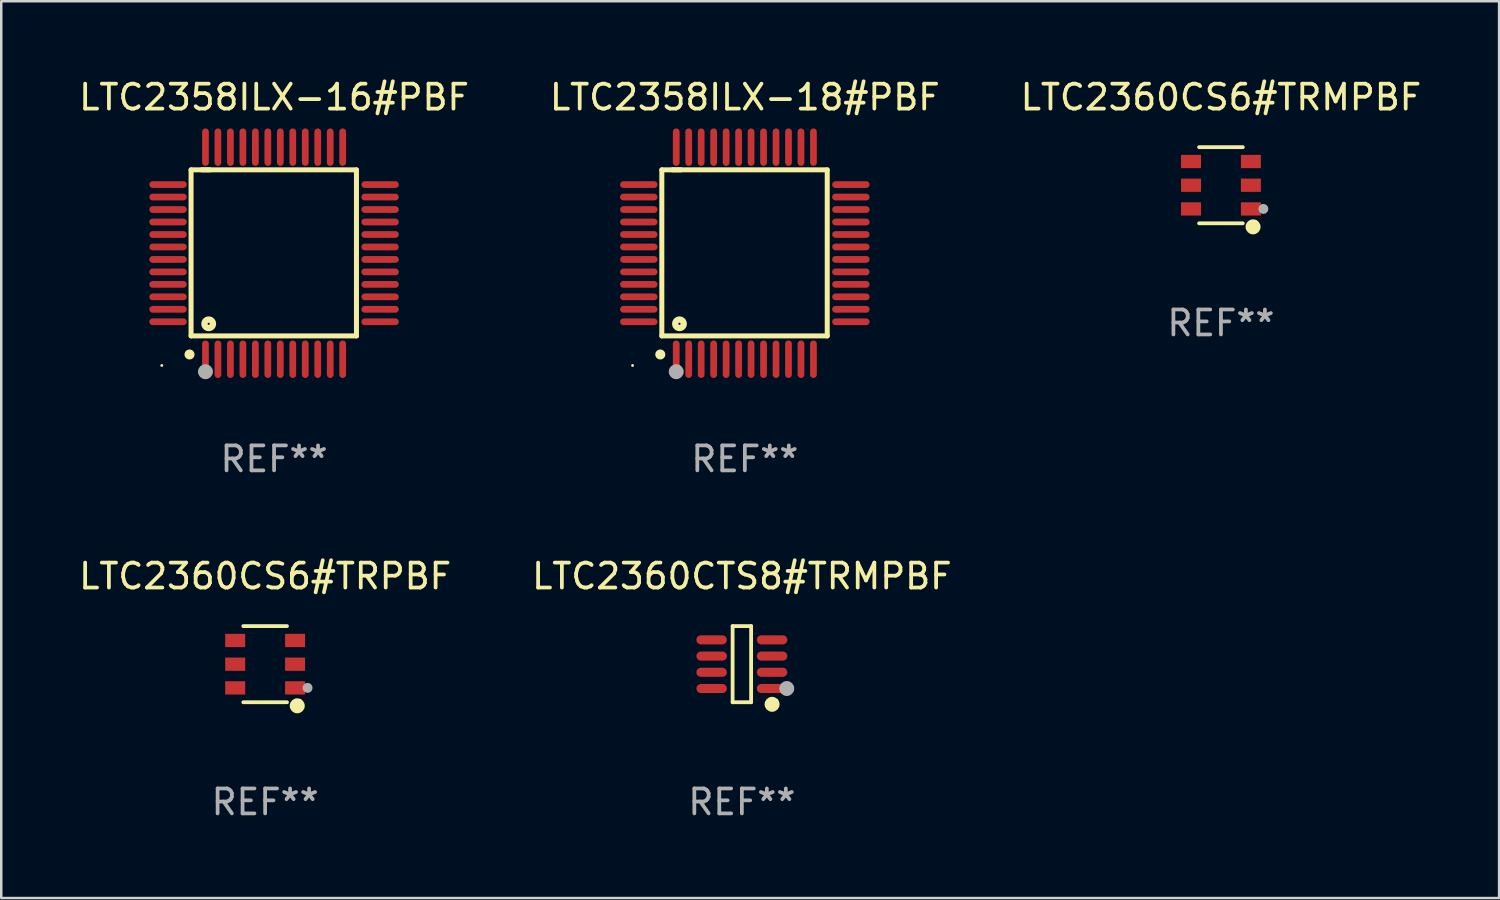
<source format=kicad_pcb>
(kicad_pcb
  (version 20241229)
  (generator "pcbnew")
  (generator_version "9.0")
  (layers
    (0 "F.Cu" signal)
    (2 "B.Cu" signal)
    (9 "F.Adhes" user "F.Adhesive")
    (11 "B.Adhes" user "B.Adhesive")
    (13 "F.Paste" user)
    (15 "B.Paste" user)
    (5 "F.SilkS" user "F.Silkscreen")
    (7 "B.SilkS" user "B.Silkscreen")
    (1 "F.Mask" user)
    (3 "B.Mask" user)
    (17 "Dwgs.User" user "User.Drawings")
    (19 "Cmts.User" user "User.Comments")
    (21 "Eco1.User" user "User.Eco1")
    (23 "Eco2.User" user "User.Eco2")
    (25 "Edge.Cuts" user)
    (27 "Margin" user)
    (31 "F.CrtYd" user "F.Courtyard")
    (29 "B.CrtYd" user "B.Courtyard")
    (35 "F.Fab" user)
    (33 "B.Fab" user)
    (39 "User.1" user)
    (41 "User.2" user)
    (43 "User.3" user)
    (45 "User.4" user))
  (footprint "LTC2358ILX-18#PBF"
    (layer "F.Cu")
    (at 26.804 7.098)
    (property "Reference" "LTC2358ILX-18#PBF" (at 0 -6.25 0) (layer "F.SilkS") (effects (font (size 1 1) (thickness 0.15))))
    (attr through_hole)
    (fp_line (start -3.327 -3.34) (end -2.565 -3.34) (stroke (width 0.2) (type solid)) (layer "F.SilkS"))
    (fp_line (start -3.327 3.315) (end -3.327 -3.34) (stroke (width 0.2) (type solid)) (layer "F.SilkS"))
    (fp_line (start -2.896 -3.34) (end 3.302 -3.34) (stroke (width 0.2) (type solid)) (layer "F.SilkS"))
    (fp_line (start 3.302 -3.34) (end 3.302 3.315) (stroke (width 0.2) (type solid)) (layer "F.SilkS"))
    (fp_line (start 3.302 3.315) (end -3.327 3.315) (stroke (width 0.2) (type solid)) (layer "F.SilkS"))
    (fp_arc (start -3.389992 4.059995) (mid -3.388722 4.059991) (end -3.387452 4.059995) (stroke (width 0.4) (type solid)) (layer "F.SilkS"))
    (fp_circle (center -4.5 4.5) (end -4.47 4.5) (stroke (width 0.06) (type solid)) (fill no) (layer "F.SilkS"))
    (fp_circle (center -2.62 2.83) (end -2.45 2.83) (stroke (width 0.254) (type solid)) (fill no) (layer "F.SilkS"))
    (fp_circle (center -2.75 4.75) (end -2.6 4.75) (stroke (width 0.3) (type solid)) (fill no) (layer "F.Fab"))
    (fp_text user "REF**" (at 0 8.25 0) (layer "F.Fab") (effects (font (size 1 1) (thickness 0.15))))
    (pad "1" smd oval (at -2.75 4.25) (size 0.27 1.5) (layers "F.Cu" "F.Mask" "F.Paste"))
    (pad "2" smd oval (at -2.25 4.25) (size 0.27 1.5) (layers "F.Cu" "F.Mask" "F.Paste"))
    (pad "3" smd oval (at -1.75 4.25) (size 0.27 1.5) (layers "F.Cu" "F.Mask" "F.Paste"))
    (pad "4" smd oval (at -1.25 4.25) (size 0.27 1.5) (layers "F.Cu" "F.Mask" "F.Paste"))
    (pad "5" smd oval (at -0.75 4.25) (size 0.27 1.5) (layers "F.Cu" "F.Mask" "F.Paste"))
    (pad "6" smd oval (at -0.25 4.25) (size 0.27 1.5) (layers "F.Cu" "F.Mask" "F.Paste"))
    (pad "7" smd oval (at 0.25 4.25) (size 0.27 1.5) (layers "F.Cu" "F.Mask" "F.Paste"))
    (pad "8" smd oval (at 0.75 4.25) (size 0.27 1.5) (layers "F.Cu" "F.Mask" "F.Paste"))
    (pad "9" smd oval (at 1.25 4.25) (size 0.27 1.5) (layers "F.Cu" "F.Mask" "F.Paste"))
    (pad "10" smd oval (at 1.75 4.25) (size 0.27 1.5) (layers "F.Cu" "F.Mask" "F.Paste"))
    (pad "11" smd oval (at 2.25 4.25) (size 0.27 1.5) (layers "F.Cu" "F.Mask" "F.Paste"))
    (pad "12" smd oval (at 2.75 4.25) (size 0.27 1.5) (layers "F.Cu" "F.Mask" "F.Paste"))
    (pad "13" smd oval (at 4.25 2.75) (size 1.5 0.27) (layers "F.Cu" "F.Mask" "F.Paste"))
    (pad "14" smd oval (at 4.25 2.25) (size 1.5 0.27) (layers "F.Cu" "F.Mask" "F.Paste"))
    (pad "15" smd oval (at 4.25 1.75) (size 1.5 0.27) (layers "F.Cu" "F.Mask" "F.Paste"))
    (pad "16" smd oval (at 4.25 1.25) (size 1.5 0.27) (layers "F.Cu" "F.Mask" "F.Paste"))
    (pad "17" smd oval (at 4.25 0.75) (size 1.5 0.27) (layers "F.Cu" "F.Mask" "F.Paste"))
    (pad "18" smd oval (at 4.25 0.25) (size 1.5 0.27) (layers "F.Cu" "F.Mask" "F.Paste"))
    (pad "19" smd oval (at 4.25 -0.25) (size 1.5 0.27) (layers "F.Cu" "F.Mask" "F.Paste"))
    (pad "20" smd oval (at 4.25 -0.75) (size 1.5 0.27) (layers "F.Cu" "F.Mask" "F.Paste"))
    (pad "21" smd oval (at 4.25 -1.25) (size 1.5 0.27) (layers "F.Cu" "F.Mask" "F.Paste"))
    (pad "22" smd oval (at 4.25 -1.75) (size 1.5 0.27) (layers "F.Cu" "F.Mask" "F.Paste"))
    (pad "23" smd oval (at 4.25 -2.25) (size 1.5 0.27) (layers "F.Cu" "F.Mask" "F.Paste"))
    (pad "24" smd oval (at 4.25 -2.75) (size 1.5 0.27) (layers "F.Cu" "F.Mask" "F.Paste"))
    (pad "25" smd oval (at 2.75 -4.25) (size 0.27 1.5) (layers "F.Cu" "F.Mask" "F.Paste"))
    (pad "26" smd oval (at 2.25 -4.25) (size 0.27 1.5) (layers "F.Cu" "F.Mask" "F.Paste"))
    (pad "27" smd oval (at 1.75 -4.25) (size 0.27 1.5) (layers "F.Cu" "F.Mask" "F.Paste"))
    (pad "28" smd oval (at 1.25 -4.25) (size 0.27 1.5) (layers "F.Cu" "F.Mask" "F.Paste"))
    (pad "29" smd oval (at 0.75 -4.25) (size 0.27 1.5) (layers "F.Cu" "F.Mask" "F.Paste"))
    (pad "30" smd oval (at 0.25 -4.25) (size 0.27 1.5) (layers "F.Cu" "F.Mask" "F.Paste"))
    (pad "31" smd oval (at -0.25 -4.25) (size 0.27 1.5) (layers "F.Cu" "F.Mask" "F.Paste"))
    (pad "32" smd oval (at -0.75 -4.25) (size 0.27 1.5) (layers "F.Cu" "F.Mask" "F.Paste"))
    (pad "33" smd oval (at -1.25 -4.25) (size 0.27 1.5) (layers "F.Cu" "F.Mask" "F.Paste"))
    (pad "34" smd oval (at -1.75 -4.25) (size 0.27 1.5) (layers "F.Cu" "F.Mask" "F.Paste"))
    (pad "35" smd oval (at -2.25 -4.25) (size 0.27 1.5) (layers "F.Cu" "F.Mask" "F.Paste"))
    (pad "36" smd oval (at -2.75 -4.25) (size 0.27 1.5) (layers "F.Cu" "F.Mask" "F.Paste"))
    (pad "37" smd oval (at -4.25 -2.75) (size 1.5 0.27) (layers "F.Cu" "F.Mask" "F.Paste"))
    (pad "38" smd oval (at -4.25 -2.25) (size 1.5 0.27) (layers "F.Cu" "F.Mask" "F.Paste"))
    (pad "39" smd oval (at -4.25 -1.75) (size 1.5 0.27) (layers "F.Cu" "F.Mask" "F.Paste"))
    (pad "40" smd oval (at -4.25 -1.25) (size 1.5 0.27) (layers "F.Cu" "F.Mask" "F.Paste"))
    (pad "41" smd oval (at -4.25 -0.75) (size 1.5 0.27) (layers "F.Cu" "F.Mask" "F.Paste"))
    (pad "42" smd oval (at -4.25 -0.25) (size 1.5 0.27) (layers "F.Cu" "F.Mask" "F.Paste"))
    (pad "43" smd oval (at -4.25 0.25) (size 1.5 0.27) (layers "F.Cu" "F.Mask" "F.Paste"))
    (pad "44" smd oval (at -4.25 0.75) (size 1.5 0.27) (layers "F.Cu" "F.Mask" "F.Paste"))
    (pad "45" smd oval (at -4.25 1.25) (size 1.5 0.27) (layers "F.Cu" "F.Mask" "F.Paste"))
    (pad "46" smd oval (at -4.25 1.75) (size 1.5 0.27) (layers "F.Cu" "F.Mask" "F.Paste"))
    (pad "47" smd oval (at -4.25 2.25) (size 1.5 0.27) (layers "F.Cu" "F.Mask" "F.Paste"))
    (pad "48" smd oval (at -4.25 2.75) (size 1.5 0.27) (layers "F.Cu" "F.Mask" "F.Paste")))
  (footprint "LTC2358ILX-16#PBF"
    (layer "F.Cu")
    (at 7.935 7.098)
    (property "Reference" "LTC2358ILX-16#PBF" (at 0 -6.25 0) (layer "F.SilkS") (effects (font (size 1 1) (thickness 0.15))))
    (attr through_hole)
    (fp_line (start -3.327 -3.34) (end -2.565 -3.34) (stroke (width 0.2) (type solid)) (layer "F.SilkS"))
    (fp_line (start -3.327 3.315) (end -3.327 -3.34) (stroke (width 0.2) (type solid)) (layer "F.SilkS"))
    (fp_line (start -2.896 -3.34) (end 3.302 -3.34) (stroke (width 0.2) (type solid)) (layer "F.SilkS"))
    (fp_line (start 3.302 -3.34) (end 3.302 3.315) (stroke (width 0.2) (type solid)) (layer "F.SilkS"))
    (fp_line (start 3.302 3.315) (end -3.327 3.315) (stroke (width 0.2) (type solid)) (layer "F.SilkS"))
    (fp_arc (start -3.389992 4.059995) (mid -3.388722 4.059991) (end -3.387452 4.059995) (stroke (width 0.4) (type solid)) (layer "F.SilkS"))
    (fp_circle (center -4.5 4.5) (end -4.47 4.5) (stroke (width 0.06) (type solid)) (fill no) (layer "F.SilkS"))
    (fp_circle (center -2.62 2.83) (end -2.45 2.83) (stroke (width 0.254) (type solid)) (fill no) (layer "F.SilkS"))
    (fp_circle (center -2.75 4.75) (end -2.6 4.75) (stroke (width 0.3) (type solid)) (fill no) (layer "F.Fab"))
    (fp_text user "REF**" (at 0 8.25 0) (layer "F.Fab") (effects (font (size 1 1) (thickness 0.15))))
    (pad "1" smd oval (at -2.75 4.25) (size 0.27 1.5) (layers "F.Cu" "F.Mask" "F.Paste"))
    (pad "2" smd oval (at -2.25 4.25) (size 0.27 1.5) (layers "F.Cu" "F.Mask" "F.Paste"))
    (pad "3" smd oval (at -1.75 4.25) (size 0.27 1.5) (layers "F.Cu" "F.Mask" "F.Paste"))
    (pad "4" smd oval (at -1.25 4.25) (size 0.27 1.5) (layers "F.Cu" "F.Mask" "F.Paste"))
    (pad "5" smd oval (at -0.75 4.25) (size 0.27 1.5) (layers "F.Cu" "F.Mask" "F.Paste"))
    (pad "6" smd oval (at -0.25 4.25) (size 0.27 1.5) (layers "F.Cu" "F.Mask" "F.Paste"))
    (pad "7" smd oval (at 0.25 4.25) (size 0.27 1.5) (layers "F.Cu" "F.Mask" "F.Paste"))
    (pad "8" smd oval (at 0.75 4.25) (size 0.27 1.5) (layers "F.Cu" "F.Mask" "F.Paste"))
    (pad "9" smd oval (at 1.25 4.25) (size 0.27 1.5) (layers "F.Cu" "F.Mask" "F.Paste"))
    (pad "10" smd oval (at 1.75 4.25) (size 0.27 1.5) (layers "F.Cu" "F.Mask" "F.Paste"))
    (pad "11" smd oval (at 2.25 4.25) (size 0.27 1.5) (layers "F.Cu" "F.Mask" "F.Paste"))
    (pad "12" smd oval (at 2.75 4.25) (size 0.27 1.5) (layers "F.Cu" "F.Mask" "F.Paste"))
    (pad "13" smd oval (at 4.25 2.75) (size 1.5 0.27) (layers "F.Cu" "F.Mask" "F.Paste"))
    (pad "14" smd oval (at 4.25 2.25) (size 1.5 0.27) (layers "F.Cu" "F.Mask" "F.Paste"))
    (pad "15" smd oval (at 4.25 1.75) (size 1.5 0.27) (layers "F.Cu" "F.Mask" "F.Paste"))
    (pad "16" smd oval (at 4.25 1.25) (size 1.5 0.27) (layers "F.Cu" "F.Mask" "F.Paste"))
    (pad "17" smd oval (at 4.25 0.75) (size 1.5 0.27) (layers "F.Cu" "F.Mask" "F.Paste"))
    (pad "18" smd oval (at 4.25 0.25) (size 1.5 0.27) (layers "F.Cu" "F.Mask" "F.Paste"))
    (pad "19" smd oval (at 4.25 -0.25) (size 1.5 0.27) (layers "F.Cu" "F.Mask" "F.Paste"))
    (pad "20" smd oval (at 4.25 -0.75) (size 1.5 0.27) (layers "F.Cu" "F.Mask" "F.Paste"))
    (pad "21" smd oval (at 4.25 -1.25) (size 1.5 0.27) (layers "F.Cu" "F.Mask" "F.Paste"))
    (pad "22" smd oval (at 4.25 -1.75) (size 1.5 0.27) (layers "F.Cu" "F.Mask" "F.Paste"))
    (pad "23" smd oval (at 4.25 -2.25) (size 1.5 0.27) (layers "F.Cu" "F.Mask" "F.Paste"))
    (pad "24" smd oval (at 4.25 -2.75) (size 1.5 0.27) (layers "F.Cu" "F.Mask" "F.Paste"))
    (pad "25" smd oval (at 2.75 -4.25) (size 0.27 1.5) (layers "F.Cu" "F.Mask" "F.Paste"))
    (pad "26" smd oval (at 2.25 -4.25) (size 0.27 1.5) (layers "F.Cu" "F.Mask" "F.Paste"))
    (pad "27" smd oval (at 1.75 -4.25) (size 0.27 1.5) (layers "F.Cu" "F.Mask" "F.Paste"))
    (pad "28" smd oval (at 1.25 -4.25) (size 0.27 1.5) (layers "F.Cu" "F.Mask" "F.Paste"))
    (pad "29" smd oval (at 0.75 -4.25) (size 0.27 1.5) (layers "F.Cu" "F.Mask" "F.Paste"))
    (pad "30" smd oval (at 0.25 -4.25) (size 0.27 1.5) (layers "F.Cu" "F.Mask" "F.Paste"))
    (pad "31" smd oval (at -0.25 -4.25) (size 0.27 1.5) (layers "F.Cu" "F.Mask" "F.Paste"))
    (pad "32" smd oval (at -0.75 -4.25) (size 0.27 1.5) (layers "F.Cu" "F.Mask" "F.Paste"))
    (pad "33" smd oval (at -1.25 -4.25) (size 0.27 1.5) (layers "F.Cu" "F.Mask" "F.Paste"))
    (pad "34" smd oval (at -1.75 -4.25) (size 0.27 1.5) (layers "F.Cu" "F.Mask" "F.Paste"))
    (pad "35" smd oval (at -2.25 -4.25) (size 0.27 1.5) (layers "F.Cu" "F.Mask" "F.Paste"))
    (pad "36" smd oval (at -2.75 -4.25) (size 0.27 1.5) (layers "F.Cu" "F.Mask" "F.Paste"))
    (pad "37" smd oval (at -4.25 -2.75) (size 1.5 0.27) (layers "F.Cu" "F.Mask" "F.Paste"))
    (pad "38" smd oval (at -4.25 -2.25) (size 1.5 0.27) (layers "F.Cu" "F.Mask" "F.Paste"))
    (pad "39" smd oval (at -4.25 -1.75) (size 1.5 0.27) (layers "F.Cu" "F.Mask" "F.Paste"))
    (pad "40" smd oval (at -4.25 -1.25) (size 1.5 0.27) (layers "F.Cu" "F.Mask" "F.Paste"))
    (pad "41" smd oval (at -4.25 -0.75) (size 1.5 0.27) (layers "F.Cu" "F.Mask" "F.Paste"))
    (pad "42" smd oval (at -4.25 -0.25) (size 1.5 0.27) (layers "F.Cu" "F.Mask" "F.Paste"))
    (pad "43" smd oval (at -4.25 0.25) (size 1.5 0.27) (layers "F.Cu" "F.Mask" "F.Paste"))
    (pad "44" smd oval (at -4.25 0.75) (size 1.5 0.27) (layers "F.Cu" "F.Mask" "F.Paste"))
    (pad "45" smd oval (at -4.25 1.25) (size 1.5 0.27) (layers "F.Cu" "F.Mask" "F.Paste"))
    (pad "46" smd oval (at -4.25 1.75) (size 1.5 0.27) (layers "F.Cu" "F.Mask" "F.Paste"))
    (pad "47" smd oval (at -4.25 2.25) (size 1.5 0.27) (layers "F.Cu" "F.Mask" "F.Paste"))
    (pad "48" smd oval (at -4.25 2.75) (size 1.5 0.27) (layers "F.Cu" "F.Mask" "F.Paste")))
  (footprint "LTC2360CS6#TRPBF"
    (layer "F.Cu")
    (at 7.577 23.571)
    (property "Reference" "LTC2360CS6#TRPBF" (at 0 -3.526 0) (layer "F.SilkS") (effects (font (size 1 1) (thickness 0.15))))
    (attr through_hole)
    (fp_line (start 0.876 -1.526) (end -0.876 -1.526) (stroke (width 0.152) (type solid)) (layer "F.SilkS"))
    (fp_line (start 0.876 1.526) (end -0.876 1.526) (stroke (width 0.152) (type solid)) (layer "F.SilkS"))
    (fp_circle (center 1.287 1.669) (end 1.438 1.669) (stroke (width 0.3) (type solid)) (fill no) (layer "F.SilkS"))
    (fp_circle (center 1.4 1.45) (end 1.43 1.45) (stroke (width 0.06) (type solid)) (fill no) (layer "F.SilkS"))
    (fp_circle (center 1.7 0.95) (end 1.8 0.95) (stroke (width 0.2) (type solid)) (fill no) (layer "F.Fab"))
    (fp_text user "REF**" (at 0 5.526 0) (layer "F.Fab") (effects (font (size 1 1) (thickness 0.15))))
    (pad "1" smd rect (at 1.2 0.95) (size 0.8 0.532) (layers "F.Cu" "F.Mask" "F.Paste"))
    (pad "2" smd rect (at 1.2 0) (size 0.8 0.532) (layers "F.Cu" "F.Mask" "F.Paste"))
    (pad "3" smd rect (at 1.2 -0.95) (size 0.8 0.532) (layers "F.Cu" "F.Mask" "F.Paste"))
    (pad "4" smd rect (at -1.2 -0.95) (size 0.8 0.532) (layers "F.Cu" "F.Mask" "F.Paste"))
    (pad "5" smd rect (at -1.2 0) (size 0.8 0.532) (layers "F.Cu" "F.Mask" "F.Paste"))
    (pad "6" smd rect (at -1.2 0.95) (size 0.8 0.532) (layers "F.Cu" "F.Mask" "F.Paste")))
  (footprint "LTC2360CTS8#TRMPBF"
    (layer "F.Cu")
    (at 26.685 23.571)
    (property "Reference" "LTC2360CTS8#TRMPBF" (at 0 -3.526 0) (layer "F.SilkS") (effects (font (size 1 1) (thickness 0.15))))
    (attr through_hole)
    (fp_line (start -0.371 -1.526) (end 0.371 -1.526) (stroke (width 0.152) (type solid)) (layer "F.SilkS"))
    (fp_line (start -0.371 1.526) (end -0.371 -1.526) (stroke (width 0.152) (type solid)) (layer "F.SilkS"))
    (fp_line (start 0.371 -1.526) (end 0.371 1.526) (stroke (width 0.152) (type solid)) (layer "F.SilkS"))
    (fp_line (start 0.371 1.526) (end -0.371 1.526) (stroke (width 0.152) (type solid)) (layer "F.SilkS"))
    (fp_circle (center 1.211 1.609) (end 1.361 1.609) (stroke (width 0.3) (type solid)) (fill no) (layer "F.SilkS"))
    (fp_circle (center 1.4 1.45) (end 1.43 1.45) (stroke (width 0.06) (type solid)) (fill no) (layer "F.SilkS"))
    (fp_circle (center 1.8 0.975) (end 1.95 0.975) (stroke (width 0.3) (type solid)) (fill no) (layer "F.Fab"))
    (fp_text user "REF**" (at 0 5.526 0) (layer "F.Fab") (effects (font (size 1 1) (thickness 0.15))))
    (pad "1" smd oval (at 1.211 0.975) (size 1.222 0.364) (layers "F.Cu" "F.Mask" "F.Paste"))
    (pad "2" smd oval (at 1.211 0.325) (size 1.222 0.364) (layers "F.Cu" "F.Mask" "F.Paste"))
    (pad "3" smd oval (at 1.211 -0.325) (size 1.222 0.364) (layers "F.Cu" "F.Mask" "F.Paste"))
    (pad "4" smd oval (at 1.211 -0.975) (size 1.222 0.364) (layers "F.Cu" "F.Mask" "F.Paste"))
    (pad "5" smd oval (at -1.211 -0.975) (size 1.222 0.364) (layers "F.Cu" "F.Mask" "F.Paste"))
    (pad "6" smd oval (at -1.211 -0.325) (size 1.222 0.364) (layers "F.Cu" "F.Mask" "F.Paste"))
    (pad "7" smd oval (at -1.211 0.325) (size 1.222 0.364) (layers "F.Cu" "F.Mask" "F.Paste"))
    (pad "8" smd oval (at -1.211 0.975) (size 1.222 0.364) (layers "F.Cu" "F.Mask" "F.Paste")))
  (footprint "LTC2360CS6#TRMPBF"
    (layer "F.Cu")
    (at 45.887 4.374)
    (property "Reference" "LTC2360CS6#TRMPBF" (at 0 -3.526 0) (layer "F.SilkS") (effects (font (size 1 1) (thickness 0.15))))
    (attr through_hole)
    (fp_line (start 0.876 -1.526) (end -0.876 -1.526) (stroke (width 0.152) (type solid)) (layer "F.SilkS"))
    (fp_line (start 0.876 1.526) (end -0.876 1.526) (stroke (width 0.152) (type solid)) (layer "F.SilkS"))
    (fp_circle (center 1.287 1.669) (end 1.438 1.669) (stroke (width 0.3) (type solid)) (fill no) (layer "F.SilkS"))
    (fp_circle (center 1.4 1.45) (end 1.43 1.45) (stroke (width 0.06) (type solid)) (fill no) (layer "F.SilkS"))
    (fp_circle (center 1.7 0.95) (end 1.8 0.95) (stroke (width 0.2) (type solid)) (fill no) (layer "F.Fab"))
    (fp_text user "REF**" (at 0 5.526 0) (layer "F.Fab") (effects (font (size 1 1) (thickness 0.15))))
    (pad "1" smd rect (at 1.2 0.95) (size 0.8 0.532) (layers "F.Cu" "F.Mask" "F.Paste"))
    (pad "2" smd rect (at 1.2 0) (size 0.8 0.532) (layers "F.Cu" "F.Mask" "F.Paste"))
    (pad "3" smd rect (at 1.2 -0.95) (size 0.8 0.532) (layers "F.Cu" "F.Mask" "F.Paste"))
    (pad "4" smd rect (at -1.2 -0.95) (size 0.8 0.532) (layers "F.Cu" "F.Mask" "F.Paste"))
    (pad "5" smd rect (at -1.2 0) (size 0.8 0.532) (layers "F.Cu" "F.Mask" "F.Paste"))
    (pad "6" smd rect (at -1.2 0.95) (size 0.8 0.532) (layers "F.Cu" "F.Mask" "F.Paste")))
  (gr_rect
    (start -3 -3)
    (end 57.036 32.945)
    (stroke (width 0.1) (type default))
    (fill no)
    (layer "Edge.Cuts")))
</source>
